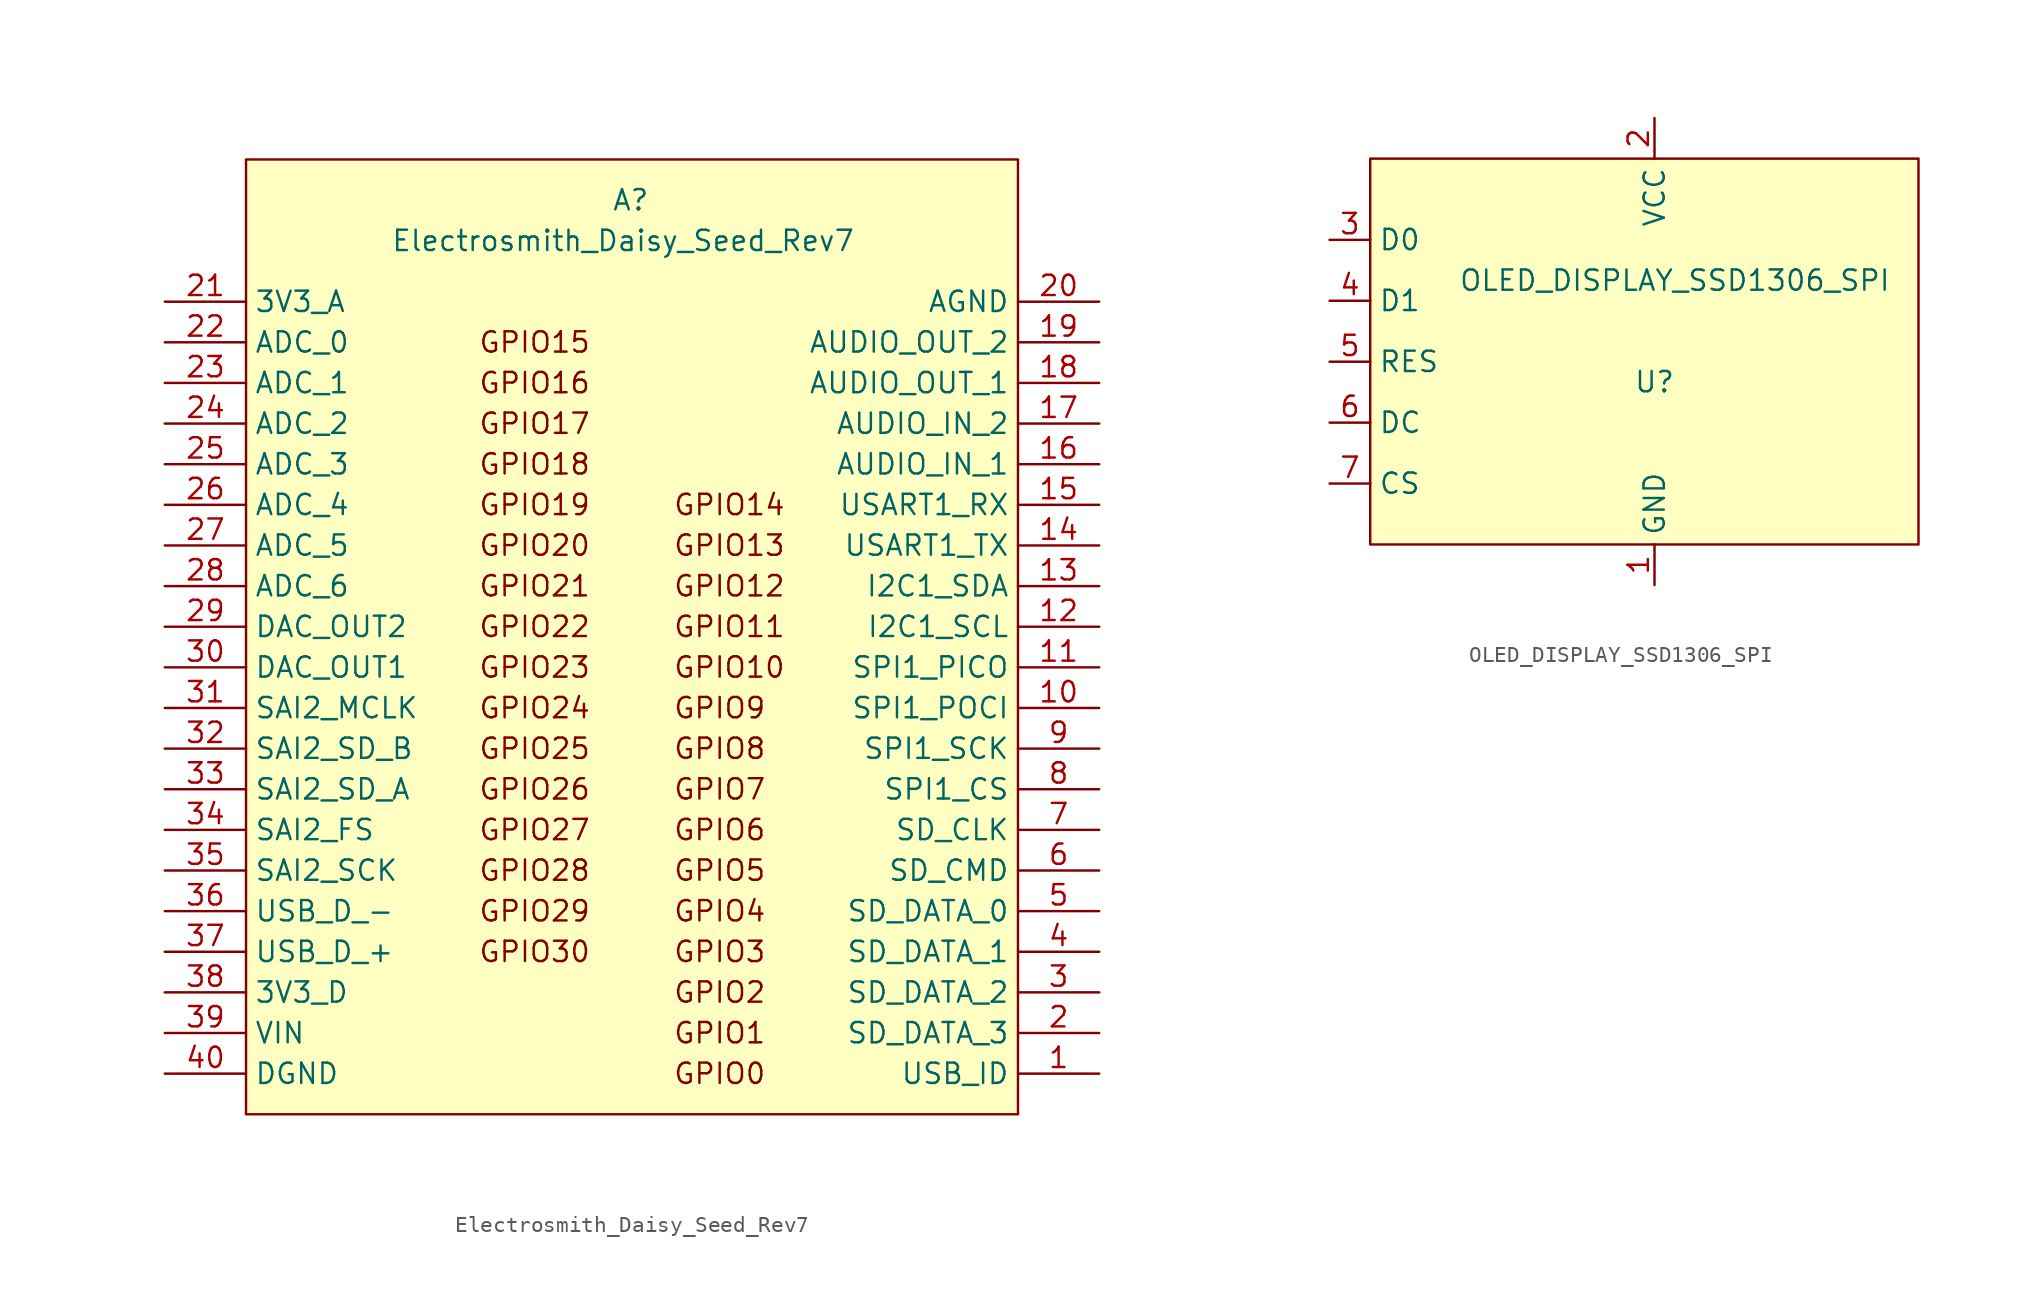
<source format=kicad_sym>
(kicad_symbol_lib
  (version 20220914)
  (generator kicad_symbol_editor)
  (symbol "Electrosmith_Daisy_Seed_Rev7"
    (property "Reference" "A"
      (at -1.27 30.48 0)
      (effects (font (size 1.27 1.27)) (justify left)))
    (property "Value" "Electrosmith_Daisy_Seed_Rev7"
      (at 13.97 27.94 0)
      (effects (font (size 1.27 1.27)) (justify right)))
    (symbol "Electrosmith_Daisy_Seed_Rev7_0_0"
      (text "GPIO0" (at 2.54 -24.13 0) (effects (font (size 1.27 1.27)) (justify left)))
      (text "GPIO1" (at 2.54 -21.59 0) (effects (font (size 1.27 1.27)) (justify left)))
      (text "GPIO10" (at 2.54 1.27 0) (effects (font (size 1.27 1.27)) (justify left)))
      (text "GPIO11" (at 2.54 3.81 0) (effects (font (size 1.27 1.27)) (justify left)))
      (text "GPIO12" (at 2.54 6.35 0) (effects (font (size 1.27 1.27)) (justify left)))
      (text "GPIO13" (at 2.54 8.89 0) (effects (font (size 1.27 1.27)) (justify left)))
      (text "GPIO14" (at 2.54 11.43 0) (effects (font (size 1.27 1.27)) (justify left)))
      (text "GPIO15" (at -2.54 21.59 0) (effects (font (size 1.27 1.27)) (justify right)))
      (text "GPIO16" (at -2.54 19.05 0) (effects (font (size 1.27 1.27)) (justify right)))
      (text "GPIO17" (at -2.54 16.51 0) (effects (font (size 1.27 1.27)) (justify right)))
      (text "GPIO18" (at -2.54 13.97 0) (effects (font (size 1.27 1.27)) (justify right)))
      (text "GPIO19" (at -2.54 11.43 0) (effects (font (size 1.27 1.27)) (justify right)))
      (text "GPIO2" (at 2.54 -19.05 0) (effects (font (size 1.27 1.27)) (justify left)))
      (text "GPIO20" (at -2.54 8.89 0) (effects (font (size 1.27 1.27)) (justify right)))
      (text "GPIO21" (at -2.54 6.35 0) (effects (font (size 1.27 1.27)) (justify right)))
      (text "GPIO22" (at -2.54 3.81 0) (effects (font (size 1.27 1.27)) (justify right)))
      (text "GPIO23" (at -2.54 1.27 0) (effects (font (size 1.27 1.27)) (justify right)))
      (text "GPIO24" (at -2.54 -1.27 0) (effects (font (size 1.27 1.27)) (justify right)))
      (text "GPIO25" (at -2.54 -3.81 0) (effects (font (size 1.27 1.27)) (justify right)))
      (text "GPIO26" (at -2.54 -6.35 0) (effects (font (size 1.27 1.27)) (justify right)))
      (text "GPIO27" (at -2.54 -8.89 0) (effects (font (size 1.27 1.27)) (justify right)))
      (text "GPIO28" (at -2.54 -11.43 0) (effects (font (size 1.27 1.27)) (justify right)))
      (text "GPIO29" (at -2.54 -13.97 0) (effects (font (size 1.27 1.27)) (justify right)))
      (text "GPIO3" (at 2.54 -16.51 0) (effects (font (size 1.27 1.27)) (justify left)))
      (text "GPIO30" (at -2.54 -16.51 0) (effects (font (size 1.27 1.27)) (justify right)))
      (text "GPIO4" (at 2.54 -13.97 0) (effects (font (size 1.27 1.27)) (justify left)))
      (text "GPIO5" (at 2.54 -11.43 0) (effects (font (size 1.27 1.27)) (justify left)))
      (text "GPIO6" (at 2.54 -8.89 0) (effects (font (size 1.27 1.27)) (justify left)))
      (text "GPIO7" (at 2.54 -6.35 0) (effects (font (size 1.27 1.27)) (justify left)))
      (text "GPIO8" (at 2.54 -3.81 0) (effects (font (size 1.27 1.27)) (justify left)))
      (text "GPIO9" (at 2.54 -1.27 0) (effects (font (size 1.27 1.27)) (justify left)))
      (pin bidirectional line (at 29.21 -24.13 180) (length 5.08) (name "USB_ID" (effects (font (size 1.27 1.27)))) (number "1" (effects (font (size 1.27 1.27)))))
      (pin bidirectional line (at 29.21 -1.27 180) (length 5.08) (name "SPI1_POCI" (effects (font (size 1.27 1.27)))) (number "10" (effects (font (size 1.27 1.27)))))
      (pin bidirectional line (at 29.21 1.27 180) (length 5.08) (name "SPI1_PICO" (effects (font (size 1.27 1.27)))) (number "11" (effects (font (size 1.27 1.27)))))
      (pin bidirectional line (at 29.21 3.81 180) (length 5.08) (name "I2C1_SCL" (effects (font (size 1.27 1.27)))) (number "12" (effects (font (size 1.27 1.27)))))
      (pin bidirectional line (at 29.21 6.35 180) (length 5.08) (name "I2C1_SDA" (effects (font (size 1.27 1.27)))) (number "13" (effects (font (size 1.27 1.27)))))
      (pin bidirectional line (at 29.21 8.89 180) (length 5.08) (name "USART1_TX" (effects (font (size 1.27 1.27)))) (number "14" (effects (font (size 1.27 1.27)))))
      (pin bidirectional line (at 29.21 11.43 180) (length 5.08) (name "USART1_RX" (effects (font (size 1.27 1.27)))) (number "15" (effects (font (size 1.27 1.27)))))
      (pin input line (at 29.21 13.97 180) (length 5.08) (name "AUDIO_IN_1" (effects (font (size 1.27 1.27)))) (number "16" (effects (font (size 1.27 1.27)))))
      (pin input line (at 29.21 16.51 180) (length 5.08) (name "AUDIO_IN_2" (effects (font (size 1.27 1.27)))) (number "17" (effects (font (size 1.27 1.27)))))
      (pin output line (at 29.21 19.05 180) (length 5.08) (name "AUDIO_OUT_1" (effects (font (size 1.27 1.27)))) (number "18" (effects (font (size 1.27 1.27)))))
      (pin output line (at 29.21 21.59 180) (length 5.08) (name "AUDIO_OUT_2" (effects (font (size 1.27 1.27)))) (number "19" (effects (font (size 1.27 1.27)))))
      (pin bidirectional line (at 29.21 -21.59 180) (length 5.08) (name "SD_DATA_3" (effects (font (size 1.27 1.27)))) (number "2" (effects (font (size 1.27 1.27)))))
      (pin power_in line (at 29.21 24.13 180) (length 5.08) (name "AGND" (effects (font (size 1.27 1.27)))) (number "20" (effects (font (size 1.27 1.27)))))
      (pin power_out line (at -29.21 24.13 0) (length 5.08) (name "3V3_A" (effects (font (size 1.27 1.27)))) (number "21" (effects (font (size 1.27 1.27)))))
      (pin bidirectional line (at -29.21 21.59 0) (length 5.08) (name "ADC_0" (effects (font (size 1.27 1.27)))) (number "22" (effects (font (size 1.27 1.27)))))
      (pin bidirectional line (at -29.21 19.05 0) (length 5.08) (name "ADC_1" (effects (font (size 1.27 1.27)))) (number "23" (effects (font (size 1.27 1.27)))))
      (pin bidirectional line (at -29.21 16.51 0) (length 5.08) (name "ADC_2" (effects (font (size 1.27 1.27)))) (number "24" (effects (font (size 1.27 1.27)))))
      (pin bidirectional line (at -29.21 13.97 0) (length 5.08) (name "ADC_3" (effects (font (size 1.27 1.27)))) (number "25" (effects (font (size 1.27 1.27)))))
      (pin bidirectional line (at -29.21 11.43 0) (length 5.08) (name "ADC_4" (effects (font (size 1.27 1.27)))) (number "26" (effects (font (size 1.27 1.27)))))
      (pin bidirectional line (at -29.21 8.89 0) (length 5.08) (name "ADC_5" (effects (font (size 1.27 1.27)))) (number "27" (effects (font (size 1.27 1.27)))))
      (pin bidirectional line (at -29.21 6.35 0) (length 5.08) (name "ADC_6" (effects (font (size 1.27 1.27)))) (number "28" (effects (font (size 1.27 1.27)))))
      (pin bidirectional line (at -29.21 3.81 0) (length 5.08) (name "DAC_OUT2" (effects (font (size 1.27 1.27)))) (number "29" (effects (font (size 1.27 1.27)))))
      (pin bidirectional line (at 29.21 -19.05 180) (length 5.08) (name "SD_DATA_2" (effects (font (size 1.27 1.27)))) (number "3" (effects (font (size 1.27 1.27)))))
      (pin bidirectional line (at -29.21 1.27 0) (length 5.08) (name "DAC_OUT1" (effects (font (size 1.27 1.27)))) (number "30" (effects (font (size 1.27 1.27)))))
      (pin bidirectional line (at -29.21 -1.27 0) (length 5.08) (name "SAI2_MCLK" (effects (font (size 1.27 1.27)))) (number "31" (effects (font (size 1.27 1.27)))))
      (pin bidirectional line (at -29.21 -3.81 0) (length 5.08) (name "SAI2_SD_B" (effects (font (size 1.27 1.27)))) (number "32" (effects (font (size 1.27 1.27)))))
      (pin bidirectional line (at -29.21 -6.35 0) (length 5.08) (name "SAI2_SD_A" (effects (font (size 1.27 1.27)))) (number "33" (effects (font (size 1.27 1.27)))))
      (pin bidirectional line (at -29.21 -8.89 0) (length 5.08) (name "SAI2_FS" (effects (font (size 1.27 1.27)))) (number "34" (effects (font (size 1.27 1.27)))))
      (pin bidirectional line (at -29.21 -11.43 0) (length 5.08) (name "SAI2_SCK" (effects (font (size 1.27 1.27)))) (number "35" (effects (font (size 1.27 1.27)))))
      (pin bidirectional line (at -29.21 -13.97 0) (length 5.08) (name "USB_D_-" (effects (font (size 1.27 1.27)))) (number "36" (effects (font (size 1.27 1.27)))))
      (pin bidirectional line (at -29.21 -16.51 0) (length 5.08) (name "USB_D_+" (effects (font (size 1.27 1.27)))) (number "37" (effects (font (size 1.27 1.27)))))
      (pin power_out line (at -29.21 -19.05 0) (length 5.08) (name "3V3_D" (effects (font (size 1.27 1.27)))) (number "38" (effects (font (size 1.27 1.27)))))
      (pin power_in line (at -29.21 -21.59 0) (length 5.08) (name "VIN" (effects (font (size 1.27 1.27)))) (number "39" (effects (font (size 1.27 1.27)))))
      (pin bidirectional line (at 29.21 -16.51 180) (length 5.08) (name "SD_DATA_1" (effects (font (size 1.27 1.27)))) (number "4" (effects (font (size 1.27 1.27)))))
      (pin power_in line (at -29.21 -24.13 0) (length 5.08) (name "DGND" (effects (font (size 1.27 1.27)))) (number "40" (effects (font (size 1.27 1.27)))))
      (pin bidirectional line (at 29.21 -13.97 180) (length 5.08) (name "SD_DATA_0" (effects (font (size 1.27 1.27)))) (number "5" (effects (font (size 1.27 1.27)))))
      (pin bidirectional line (at 29.21 -11.43 180) (length 5.08) (name "SD_CMD" (effects (font (size 1.27 1.27)))) (number "6" (effects (font (size 1.27 1.27)))))
      (pin bidirectional line (at 29.21 -8.89 180) (length 5.08) (name "SD_CLK" (effects (font (size 1.27 1.27)))) (number "7" (effects (font (size 1.27 1.27)))))
      (pin bidirectional line (at 29.21 -6.35 180) (length 5.08) (name "SPI1_CS" (effects (font (size 1.27 1.27)))) (number "8" (effects (font (size 1.27 1.27)))))
      (pin bidirectional line (at 29.21 -3.81 180) (length 5.08) (name "SPI1_SCK" (effects (font (size 1.27 1.27)))) (number "9" (effects (font (size 1.27 1.27))))))
    (symbol "Electrosmith_Daisy_Seed_Rev7_0_1"
      (rectangle (start -24.13 33.02) (end 24.13 -26.67) (stroke (width 0) (type default)) (fill (type background)))))
  (symbol "OLED_DISPLAY_SSD1306_SPI"
    (property "Reference" "U"
      (at 0 2.54 0)
      (effects (font (size 1.27 1.27))))
    (property "Value" "OLED_DISPLAY_SSD1306_SPI"
      (at 1.27 8.89 0)
      (effects (font (size 1.27 1.27))))
    (symbol "OLED_DISPLAY_SSD1306_SPI_0_1"
      (rectangle (start -17.78 16.51) (end 16.51 -7.62) (stroke (width 0) (type default)) (fill (type background))))
    (symbol "OLED_DISPLAY_SSD1306_SPI_1_1"
      (pin power_in line (at 0 -10.16 90) (length 2.54) (name "GND" (effects (font (size 1.27 1.27)))) (number "1" (effects (font (size 1.27 1.27)))))
      (pin power_in line (at 0 19.05 270) (length 2.54) (name "VCC" (effects (font (size 1.27 1.27)))) (number "2" (effects (font (size 1.27 1.27)))))
      (pin input line (at -20.32 11.43 0) (length 2.54) (name "D0" (effects (font (size 1.27 1.27)))) (number "3" (effects (font (size 1.27 1.27)))))
      (pin input line (at -20.32 7.62 0) (length 2.54) (name "D1" (effects (font (size 1.27 1.27)))) (number "4" (effects (font (size 1.27 1.27)))))
      (pin input line (at -20.32 3.81 0) (length 2.54) (name "RES" (effects (font (size 1.27 1.27)))) (number "5" (effects (font (size 1.27 1.27)))))
      (pin input line (at -20.32 0 0) (length 2.54) (name "DC" (effects (font (size 1.27 1.27)))) (number "6" (effects (font (size 1.27 1.27)))))
      (pin input line (at -20.32 -3.81 0) (length 2.54) (name "CS" (effects (font (size 1.27 1.27)))) (number "7" (effects (font (size 1.27 1.27))))))))
</source>
